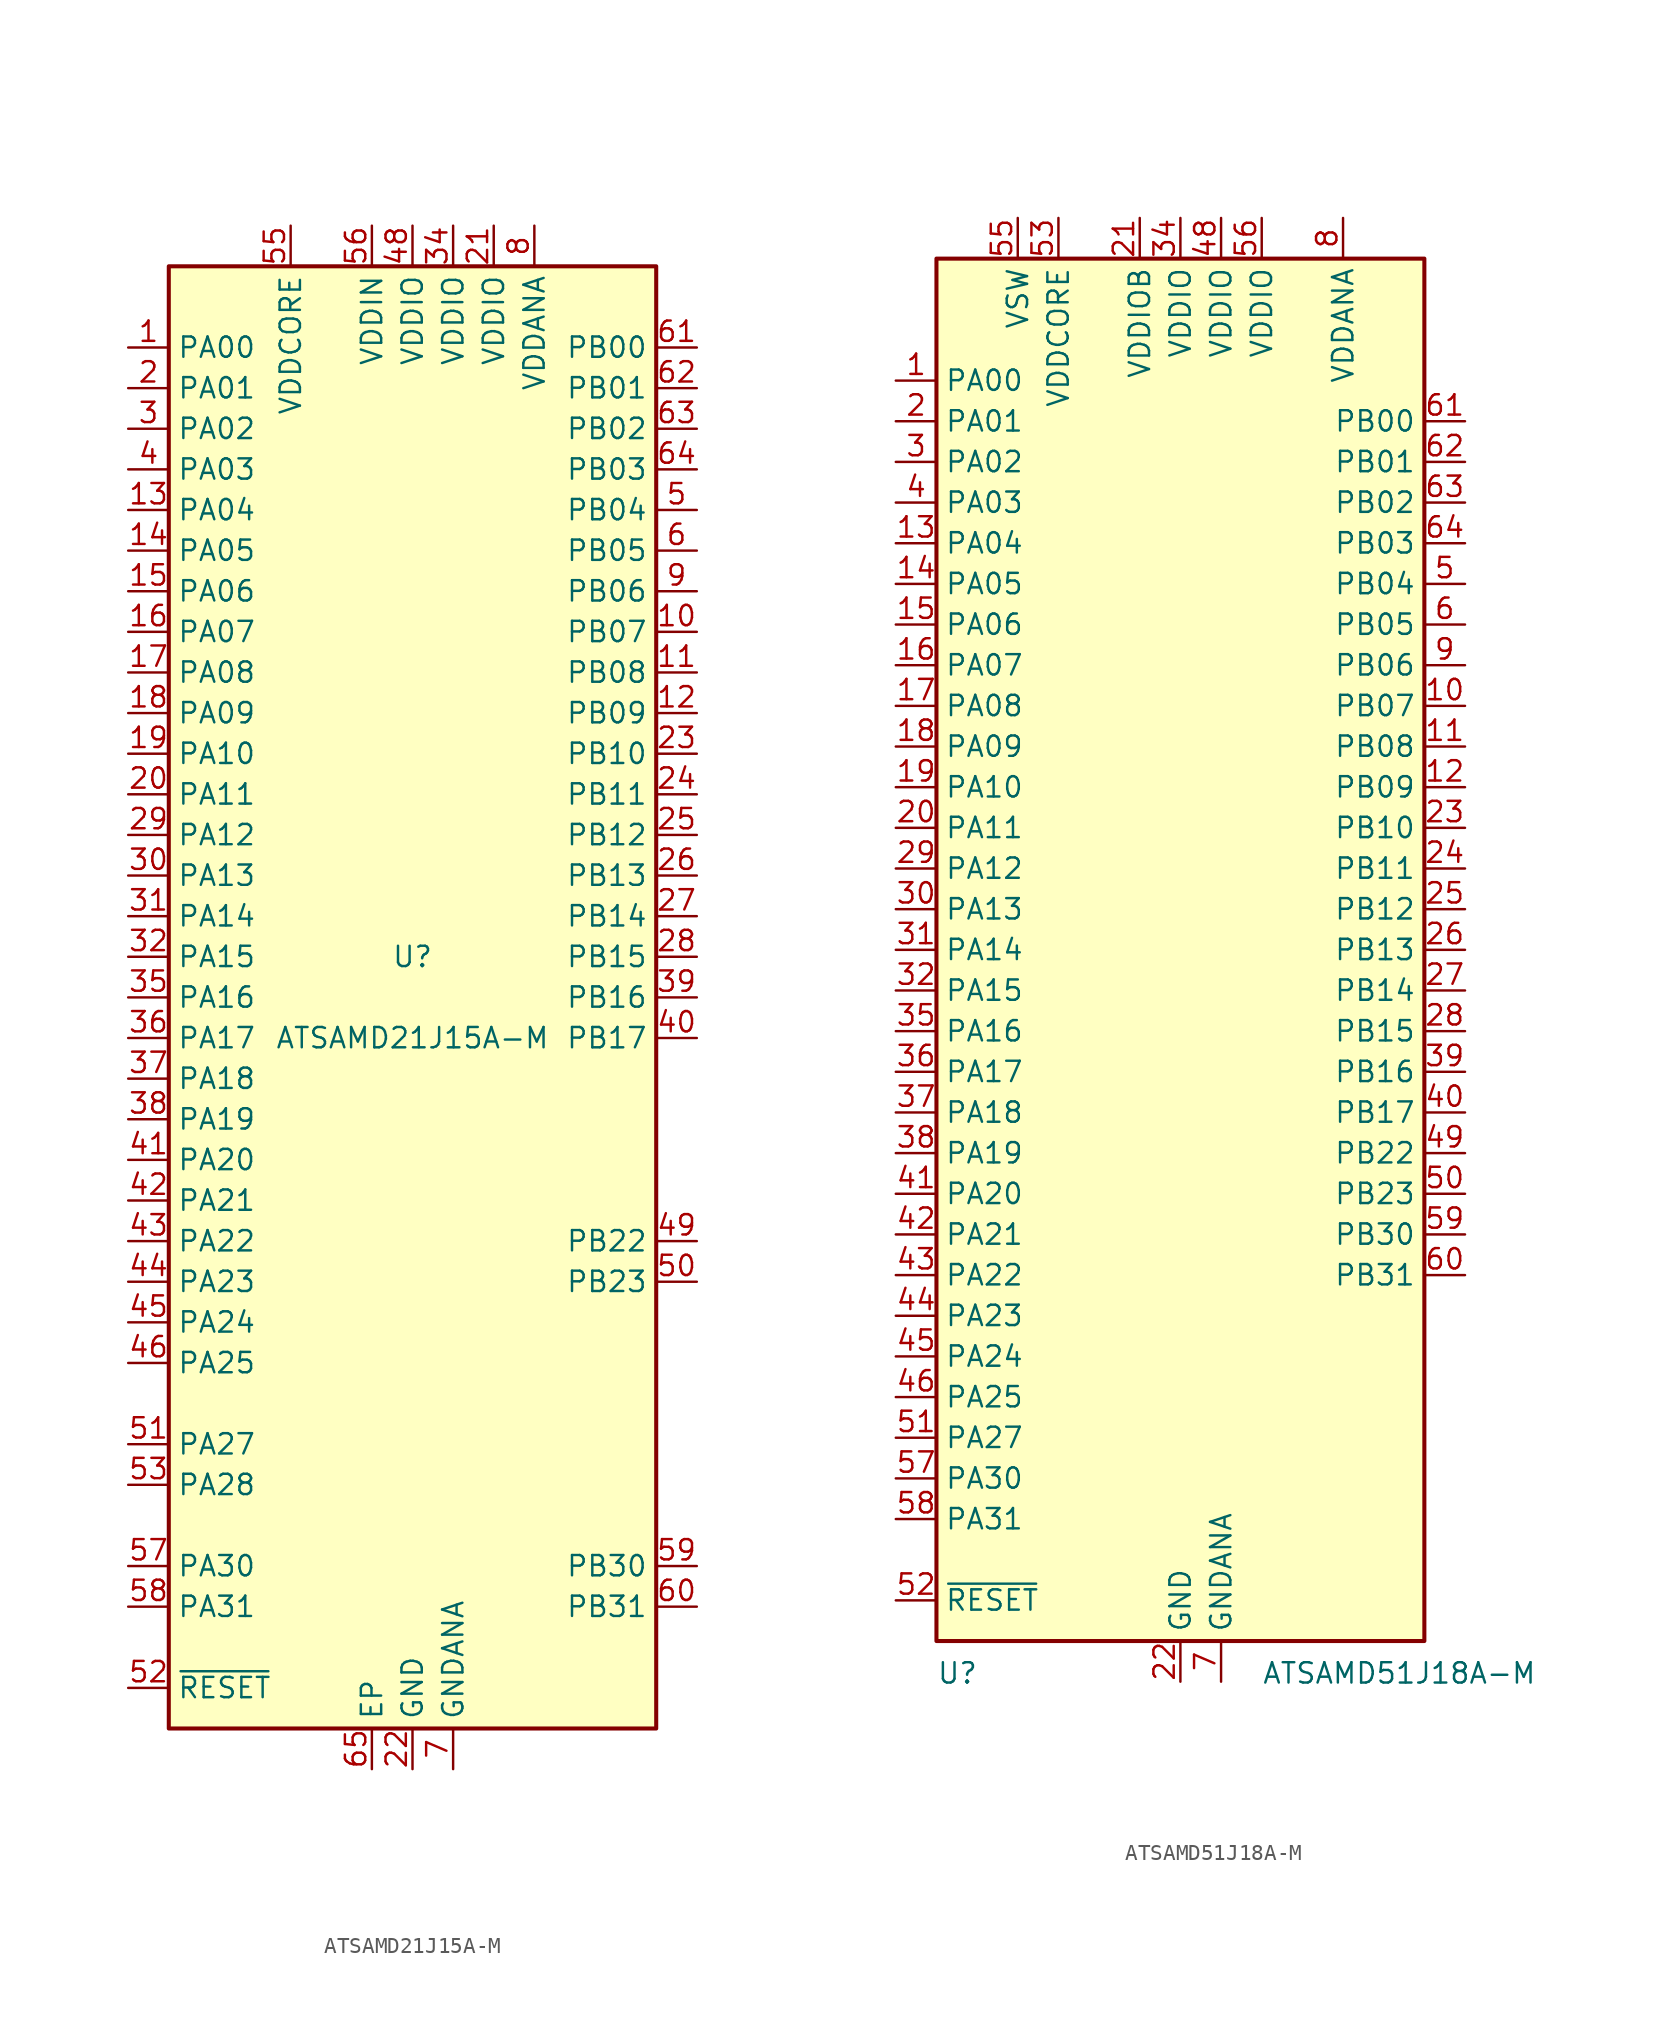
<source format=kicad_sym>
(kicad_symbol_lib
  (version 20211014)
  (generator kicad_symbol_editor)
  (symbol "ATSAMD21J15A-M"
    (property "Reference" "U"
      (at 0 2.54 0)
      (effects (font (size 1.27 1.27))))
    (property "Value" "ATSAMD21J15A-M"
      (at 0 -2.54 0)
      (effects (font (size 1.27 1.27))))
    (symbol "ATSAMD21J15A-M_0_1"
      (rectangle (start -15.24 45.72) (end 15.24 -45.72) (stroke (width 0.254) (type default) (color 0 0 0 0)) (fill (type background))))
    (symbol "ATSAMD21J15A-M_1_1"
      (pin bidirectional line (at -17.78 40.64 0) (length 2.54) (name "PA00" (effects (font (size 1.27 1.27)))) (number "1" (effects (font (size 1.27 1.27)))))
      (pin bidirectional line (at 17.78 22.86 180) (length 2.54) (name "PB07" (effects (font (size 1.27 1.27)))) (number "10" (effects (font (size 1.27 1.27)))))
      (pin bidirectional line (at 17.78 20.32 180) (length 2.54) (name "PB08" (effects (font (size 1.27 1.27)))) (number "11" (effects (font (size 1.27 1.27)))))
      (pin bidirectional line (at 17.78 17.78 180) (length 2.54) (name "PB09" (effects (font (size 1.27 1.27)))) (number "12" (effects (font (size 1.27 1.27)))))
      (pin bidirectional line (at -17.78 30.48 0) (length 2.54) (name "PA04" (effects (font (size 1.27 1.27)))) (number "13" (effects (font (size 1.27 1.27)))))
      (pin bidirectional line (at -17.78 27.94 0) (length 2.54) (name "PA05" (effects (font (size 1.27 1.27)))) (number "14" (effects (font (size 1.27 1.27)))))
      (pin bidirectional line (at -17.78 25.4 0) (length 2.54) (name "PA06" (effects (font (size 1.27 1.27)))) (number "15" (effects (font (size 1.27 1.27)))))
      (pin bidirectional line (at -17.78 22.86 0) (length 2.54) (name "PA07" (effects (font (size 1.27 1.27)))) (number "16" (effects (font (size 1.27 1.27)))))
      (pin bidirectional line (at -17.78 20.32 0) (length 2.54) (name "PA08" (effects (font (size 1.27 1.27)))) (number "17" (effects (font (size 1.27 1.27)))))
      (pin bidirectional line (at -17.78 17.78 0) (length 2.54) (name "PA09" (effects (font (size 1.27 1.27)))) (number "18" (effects (font (size 1.27 1.27)))))
      (pin bidirectional line (at -17.78 15.24 0) (length 2.54) (name "PA10" (effects (font (size 1.27 1.27)))) (number "19" (effects (font (size 1.27 1.27)))))
      (pin bidirectional line (at -17.78 38.1 0) (length 2.54) (name "PA01" (effects (font (size 1.27 1.27)))) (number "2" (effects (font (size 1.27 1.27)))))
      (pin bidirectional line (at -17.78 12.7 0) (length 2.54) (name "PA11" (effects (font (size 1.27 1.27)))) (number "20" (effects (font (size 1.27 1.27)))))
      (pin power_in line (at 5.08 48.26 270) (length 2.54) (name "VDDIO" (effects (font (size 1.27 1.27)))) (number "21" (effects (font (size 1.27 1.27)))))
      (pin power_in line (at 0 -48.26 90) (length 2.54) (name "GND" (effects (font (size 1.27 1.27)))) (number "22" (effects (font (size 1.27 1.27)))))
      (pin bidirectional line (at 17.78 15.24 180) (length 2.54) (name "PB10" (effects (font (size 1.27 1.27)))) (number "23" (effects (font (size 1.27 1.27)))))
      (pin bidirectional line (at 17.78 12.7 180) (length 2.54) (name "PB11" (effects (font (size 1.27 1.27)))) (number "24" (effects (font (size 1.27 1.27)))))
      (pin bidirectional line (at 17.78 10.16 180) (length 2.54) (name "PB12" (effects (font (size 1.27 1.27)))) (number "25" (effects (font (size 1.27 1.27)))))
      (pin bidirectional line (at 17.78 7.62 180) (length 2.54) (name "PB13" (effects (font (size 1.27 1.27)))) (number "26" (effects (font (size 1.27 1.27)))))
      (pin bidirectional line (at 17.78 5.08 180) (length 2.54) (name "PB14" (effects (font (size 1.27 1.27)))) (number "27" (effects (font (size 1.27 1.27)))))
      (pin bidirectional line (at 17.78 2.54 180) (length 2.54) (name "PB15" (effects (font (size 1.27 1.27)))) (number "28" (effects (font (size 1.27 1.27)))))
      (pin bidirectional line (at -17.78 10.16 0) (length 2.54) (name "PA12" (effects (font (size 1.27 1.27)))) (number "29" (effects (font (size 1.27 1.27)))))
      (pin bidirectional line (at -17.78 35.56 0) (length 2.54) (name "PA02" (effects (font (size 1.27 1.27)))) (number "3" (effects (font (size 1.27 1.27)))))
      (pin bidirectional line (at -17.78 7.62 0) (length 2.54) (name "PA13" (effects (font (size 1.27 1.27)))) (number "30" (effects (font (size 1.27 1.27)))))
      (pin bidirectional line (at -17.78 5.08 0) (length 2.54) (name "PA14" (effects (font (size 1.27 1.27)))) (number "31" (effects (font (size 1.27 1.27)))))
      (pin bidirectional line (at -17.78 2.54 0) (length 2.54) (name "PA15" (effects (font (size 1.27 1.27)))) (number "32" (effects (font (size 1.27 1.27)))))
      (pin passive line (at 0 -48.26 90) (length 2.54) hide (name "GND" (effects (font (size 1.27 1.27)))) (number "33" (effects (font (size 1.27 1.27)))))
      (pin power_in line (at 2.54 48.26 270) (length 2.54) (name "VDDIO" (effects (font (size 1.27 1.27)))) (number "34" (effects (font (size 1.27 1.27)))))
      (pin bidirectional line (at -17.78 0 0) (length 2.54) (name "PA16" (effects (font (size 1.27 1.27)))) (number "35" (effects (font (size 1.27 1.27)))))
      (pin bidirectional line (at -17.78 -2.54 0) (length 2.54) (name "PA17" (effects (font (size 1.27 1.27)))) (number "36" (effects (font (size 1.27 1.27)))))
      (pin bidirectional line (at -17.78 -5.08 0) (length 2.54) (name "PA18" (effects (font (size 1.27 1.27)))) (number "37" (effects (font (size 1.27 1.27)))))
      (pin bidirectional line (at -17.78 -7.62 0) (length 2.54) (name "PA19" (effects (font (size 1.27 1.27)))) (number "38" (effects (font (size 1.27 1.27)))))
      (pin bidirectional line (at 17.78 0 180) (length 2.54) (name "PB16" (effects (font (size 1.27 1.27)))) (number "39" (effects (font (size 1.27 1.27)))))
      (pin bidirectional line (at -17.78 33.02 0) (length 2.54) (name "PA03" (effects (font (size 1.27 1.27)))) (number "4" (effects (font (size 1.27 1.27)))))
      (pin bidirectional line (at 17.78 -2.54 180) (length 2.54) (name "PB17" (effects (font (size 1.27 1.27)))) (number "40" (effects (font (size 1.27 1.27)))))
      (pin bidirectional line (at -17.78 -10.16 0) (length 2.54) (name "PA20" (effects (font (size 1.27 1.27)))) (number "41" (effects (font (size 1.27 1.27)))))
      (pin bidirectional line (at -17.78 -12.7 0) (length 2.54) (name "PA21" (effects (font (size 1.27 1.27)))) (number "42" (effects (font (size 1.27 1.27)))))
      (pin bidirectional line (at -17.78 -15.24 0) (length 2.54) (name "PA22" (effects (font (size 1.27 1.27)))) (number "43" (effects (font (size 1.27 1.27)))))
      (pin bidirectional line (at -17.78 -17.78 0) (length 2.54) (name "PA23" (effects (font (size 1.27 1.27)))) (number "44" (effects (font (size 1.27 1.27)))))
      (pin bidirectional line (at -17.78 -20.32 0) (length 2.54) (name "PA24" (effects (font (size 1.27 1.27)))) (number "45" (effects (font (size 1.27 1.27)))))
      (pin bidirectional line (at -17.78 -22.86 0) (length 2.54) (name "PA25" (effects (font (size 1.27 1.27)))) (number "46" (effects (font (size 1.27 1.27)))))
      (pin passive line (at 0 -48.26 90) (length 2.54) hide (name "GND" (effects (font (size 1.27 1.27)))) (number "47" (effects (font (size 1.27 1.27)))))
      (pin power_in line (at 0 48.26 270) (length 2.54) (name "VDDIO" (effects (font (size 1.27 1.27)))) (number "48" (effects (font (size 1.27 1.27)))))
      (pin bidirectional line (at 17.78 -15.24 180) (length 2.54) (name "PB22" (effects (font (size 1.27 1.27)))) (number "49" (effects (font (size 1.27 1.27)))))
      (pin bidirectional line (at 17.78 30.48 180) (length 2.54) (name "PB04" (effects (font (size 1.27 1.27)))) (number "5" (effects (font (size 1.27 1.27)))))
      (pin bidirectional line (at 17.78 -17.78 180) (length 2.54) (name "PB23" (effects (font (size 1.27 1.27)))) (number "50" (effects (font (size 1.27 1.27)))))
      (pin bidirectional line (at -17.78 -27.94 0) (length 2.54) (name "PA27" (effects (font (size 1.27 1.27)))) (number "51" (effects (font (size 1.27 1.27)))))
      (pin input line (at -17.78 -43.18 0) (length 2.54) (name "~{RESET}" (effects (font (size 1.27 1.27)))) (number "52" (effects (font (size 1.27 1.27)))))
      (pin bidirectional line (at -17.78 -30.48 0) (length 2.54) (name "PA28" (effects (font (size 1.27 1.27)))) (number "53" (effects (font (size 1.27 1.27)))))
      (pin passive line (at 0 -48.26 90) (length 2.54) hide (name "GND" (effects (font (size 1.27 1.27)))) (number "54" (effects (font (size 1.27 1.27)))))
      (pin power_out line (at -7.62 48.26 270) (length 2.54) (name "VDDCORE" (effects (font (size 1.27 1.27)))) (number "55" (effects (font (size 1.27 1.27)))))
      (pin power_in line (at -2.54 48.26 270) (length 2.54) (name "VDDIN" (effects (font (size 1.27 1.27)))) (number "56" (effects (font (size 1.27 1.27)))))
      (pin bidirectional line (at -17.78 -35.56 0) (length 2.54) (name "PA30" (effects (font (size 1.27 1.27)))) (number "57" (effects (font (size 1.27 1.27)))))
      (pin bidirectional line (at -17.78 -38.1 0) (length 2.54) (name "PA31" (effects (font (size 1.27 1.27)))) (number "58" (effects (font (size 1.27 1.27)))))
      (pin bidirectional line (at 17.78 -35.56 180) (length 2.54) (name "PB30" (effects (font (size 1.27 1.27)))) (number "59" (effects (font (size 1.27 1.27)))))
      (pin bidirectional line (at 17.78 27.94 180) (length 2.54) (name "PB05" (effects (font (size 1.27 1.27)))) (number "6" (effects (font (size 1.27 1.27)))))
      (pin bidirectional line (at 17.78 -38.1 180) (length 2.54) (name "PB31" (effects (font (size 1.27 1.27)))) (number "60" (effects (font (size 1.27 1.27)))))
      (pin bidirectional line (at 17.78 40.64 180) (length 2.54) (name "PB00" (effects (font (size 1.27 1.27)))) (number "61" (effects (font (size 1.27 1.27)))))
      (pin bidirectional line (at 17.78 38.1 180) (length 2.54) (name "PB01" (effects (font (size 1.27 1.27)))) (number "62" (effects (font (size 1.27 1.27)))))
      (pin bidirectional line (at 17.78 35.56 180) (length 2.54) (name "PB02" (effects (font (size 1.27 1.27)))) (number "63" (effects (font (size 1.27 1.27)))))
      (pin bidirectional line (at 17.78 33.02 180) (length 2.54) (name "PB03" (effects (font (size 1.27 1.27)))) (number "64" (effects (font (size 1.27 1.27)))))
      (pin passive line (at -2.54 -48.26 90) (length 2.54) (name "EP" (effects (font (size 1.27 1.27)))) (number "65" (effects (font (size 1.27 1.27)))))
      (pin power_in line (at 2.54 -48.26 90) (length 2.54) (name "GNDANA" (effects (font (size 1.27 1.27)))) (number "7" (effects (font (size 1.27 1.27)))))
      (pin power_in line (at 7.62 48.26 270) (length 2.54) (name "VDDANA" (effects (font (size 1.27 1.27)))) (number "8" (effects (font (size 1.27 1.27)))))
      (pin bidirectional line (at 17.78 25.4 180) (length 2.54) (name "PB06" (effects (font (size 1.27 1.27)))) (number "9" (effects (font (size 1.27 1.27)))))))
  (symbol "ATSAMD51J18A-M"
    (property "Reference" "U"
      (at -15.24 -44.45 0)
      (effects (font (size 1.27 1.27)) (justify left top)))
    (property "Value" "ATSAMD51J18A-M"
      (at 5.08 -44.45 0)
      (effects (font (size 1.27 1.27)) (justify left top)))
    (symbol "ATSAMD51J18A-M_0_1"
      (rectangle (start -15.24 43.18) (end 15.24 -43.18) (stroke (width 0.254) (type default) (color 0 0 0 0)) (fill (type background))))
    (symbol "ATSAMD51J18A-M_1_0"
      (pin bidirectional line (at 17.78 25.4 180) (length 2.54) (name "PB03" (effects (font (size 1.27 1.27)))) (number "64" (effects (font (size 1.27 1.27))))))
    (symbol "ATSAMD51J18A-M_1_1"
      (pin bidirectional line (at -17.78 35.56 0) (length 2.54) (name "PA00" (effects (font (size 1.27 1.27)))) (number "1" (effects (font (size 1.27 1.27)))))
      (pin bidirectional line (at 17.78 15.24 180) (length 2.54) (name "PB07" (effects (font (size 1.27 1.27)))) (number "10" (effects (font (size 1.27 1.27)))))
      (pin bidirectional line (at 17.78 12.7 180) (length 2.54) (name "PB08" (effects (font (size 1.27 1.27)))) (number "11" (effects (font (size 1.27 1.27)))))
      (pin bidirectional line (at 17.78 10.16 180) (length 2.54) (name "PB09" (effects (font (size 1.27 1.27)))) (number "12" (effects (font (size 1.27 1.27)))))
      (pin bidirectional line (at -17.78 25.4 0) (length 2.54) (name "PA04" (effects (font (size 1.27 1.27)))) (number "13" (effects (font (size 1.27 1.27)))))
      (pin bidirectional line (at -17.78 22.86 0) (length 2.54) (name "PA05" (effects (font (size 1.27 1.27)))) (number "14" (effects (font (size 1.27 1.27)))))
      (pin bidirectional line (at -17.78 20.32 0) (length 2.54) (name "PA06" (effects (font (size 1.27 1.27)))) (number "15" (effects (font (size 1.27 1.27)))))
      (pin bidirectional line (at -17.78 17.78 0) (length 2.54) (name "PA07" (effects (font (size 1.27 1.27)))) (number "16" (effects (font (size 1.27 1.27)))))
      (pin bidirectional line (at -17.78 15.24 0) (length 2.54) (name "PA08" (effects (font (size 1.27 1.27)))) (number "17" (effects (font (size 1.27 1.27)))))
      (pin bidirectional line (at -17.78 12.7 0) (length 2.54) (name "PA09" (effects (font (size 1.27 1.27)))) (number "18" (effects (font (size 1.27 1.27)))))
      (pin bidirectional line (at -17.78 10.16 0) (length 2.54) (name "PA10" (effects (font (size 1.27 1.27)))) (number "19" (effects (font (size 1.27 1.27)))))
      (pin bidirectional line (at -17.78 33.02 0) (length 2.54) (name "PA01" (effects (font (size 1.27 1.27)))) (number "2" (effects (font (size 1.27 1.27)))))
      (pin bidirectional line (at -17.78 7.62 0) (length 2.54) (name "PA11" (effects (font (size 1.27 1.27)))) (number "20" (effects (font (size 1.27 1.27)))))
      (pin power_in line (at -2.54 45.72 270) (length 2.54) (name "VDDIOB" (effects (font (size 1.27 1.27)))) (number "21" (effects (font (size 1.27 1.27)))))
      (pin power_in line (at 0 -45.72 90) (length 2.54) (name "GND" (effects (font (size 1.27 1.27)))) (number "22" (effects (font (size 1.27 1.27)))))
      (pin bidirectional line (at 17.78 7.62 180) (length 2.54) (name "PB10" (effects (font (size 1.27 1.27)))) (number "23" (effects (font (size 1.27 1.27)))))
      (pin bidirectional line (at 17.78 5.08 180) (length 2.54) (name "PB11" (effects (font (size 1.27 1.27)))) (number "24" (effects (font (size 1.27 1.27)))))
      (pin bidirectional line (at 17.78 2.54 180) (length 2.54) (name "PB12" (effects (font (size 1.27 1.27)))) (number "25" (effects (font (size 1.27 1.27)))))
      (pin bidirectional line (at 17.78 0 180) (length 2.54) (name "PB13" (effects (font (size 1.27 1.27)))) (number "26" (effects (font (size 1.27 1.27)))))
      (pin bidirectional line (at 17.78 -2.54 180) (length 2.54) (name "PB14" (effects (font (size 1.27 1.27)))) (number "27" (effects (font (size 1.27 1.27)))))
      (pin bidirectional line (at 17.78 -5.08 180) (length 2.54) (name "PB15" (effects (font (size 1.27 1.27)))) (number "28" (effects (font (size 1.27 1.27)))))
      (pin bidirectional line (at -17.78 5.08 0) (length 2.54) (name "PA12" (effects (font (size 1.27 1.27)))) (number "29" (effects (font (size 1.27 1.27)))))
      (pin bidirectional line (at -17.78 30.48 0) (length 2.54) (name "PA02" (effects (font (size 1.27 1.27)))) (number "3" (effects (font (size 1.27 1.27)))))
      (pin bidirectional line (at -17.78 2.54 0) (length 2.54) (name "PA13" (effects (font (size 1.27 1.27)))) (number "30" (effects (font (size 1.27 1.27)))))
      (pin bidirectional line (at -17.78 0 0) (length 2.54) (name "PA14" (effects (font (size 1.27 1.27)))) (number "31" (effects (font (size 1.27 1.27)))))
      (pin bidirectional line (at -17.78 -2.54 0) (length 2.54) (name "PA15" (effects (font (size 1.27 1.27)))) (number "32" (effects (font (size 1.27 1.27)))))
      (pin passive line (at 0 -45.72 90) (length 2.54) hide (name "GND" (effects (font (size 1.27 1.27)))) (number "33" (effects (font (size 1.27 1.27)))))
      (pin power_in line (at 0 45.72 270) (length 2.54) (name "VDDIO" (effects (font (size 1.27 1.27)))) (number "34" (effects (font (size 1.27 1.27)))))
      (pin bidirectional line (at -17.78 -5.08 0) (length 2.54) (name "PA16" (effects (font (size 1.27 1.27)))) (number "35" (effects (font (size 1.27 1.27)))))
      (pin bidirectional line (at -17.78 -7.62 0) (length 2.54) (name "PA17" (effects (font (size 1.27 1.27)))) (number "36" (effects (font (size 1.27 1.27)))))
      (pin bidirectional line (at -17.78 -10.16 0) (length 2.54) (name "PA18" (effects (font (size 1.27 1.27)))) (number "37" (effects (font (size 1.27 1.27)))))
      (pin bidirectional line (at -17.78 -12.7 0) (length 2.54) (name "PA19" (effects (font (size 1.27 1.27)))) (number "38" (effects (font (size 1.27 1.27)))))
      (pin bidirectional line (at 17.78 -7.62 180) (length 2.54) (name "PB16" (effects (font (size 1.27 1.27)))) (number "39" (effects (font (size 1.27 1.27)))))
      (pin bidirectional line (at -17.78 27.94 0) (length 2.54) (name "PA03" (effects (font (size 1.27 1.27)))) (number "4" (effects (font (size 1.27 1.27)))))
      (pin bidirectional line (at 17.78 -10.16 180) (length 2.54) (name "PB17" (effects (font (size 1.27 1.27)))) (number "40" (effects (font (size 1.27 1.27)))))
      (pin bidirectional line (at -17.78 -15.24 0) (length 2.54) (name "PA20" (effects (font (size 1.27 1.27)))) (number "41" (effects (font (size 1.27 1.27)))))
      (pin bidirectional line (at -17.78 -17.78 0) (length 2.54) (name "PA21" (effects (font (size 1.27 1.27)))) (number "42" (effects (font (size 1.27 1.27)))))
      (pin bidirectional line (at -17.78 -20.32 0) (length 2.54) (name "PA22" (effects (font (size 1.27 1.27)))) (number "43" (effects (font (size 1.27 1.27)))))
      (pin bidirectional line (at -17.78 -22.86 0) (length 2.54) (name "PA23" (effects (font (size 1.27 1.27)))) (number "44" (effects (font (size 1.27 1.27)))))
      (pin bidirectional line (at -17.78 -25.4 0) (length 2.54) (name "PA24" (effects (font (size 1.27 1.27)))) (number "45" (effects (font (size 1.27 1.27)))))
      (pin bidirectional line (at -17.78 -27.94 0) (length 2.54) (name "PA25" (effects (font (size 1.27 1.27)))) (number "46" (effects (font (size 1.27 1.27)))))
      (pin passive line (at 0 -45.72 90) (length 2.54) hide (name "GND" (effects (font (size 1.27 1.27)))) (number "47" (effects (font (size 1.27 1.27)))))
      (pin power_in line (at 2.54 45.72 270) (length 2.54) (name "VDDIO" (effects (font (size 1.27 1.27)))) (number "48" (effects (font (size 1.27 1.27)))))
      (pin bidirectional line (at 17.78 -12.7 180) (length 2.54) (name "PB22" (effects (font (size 1.27 1.27)))) (number "49" (effects (font (size 1.27 1.27)))))
      (pin bidirectional line (at 17.78 22.86 180) (length 2.54) (name "PB04" (effects (font (size 1.27 1.27)))) (number "5" (effects (font (size 1.27 1.27)))))
      (pin bidirectional line (at 17.78 -15.24 180) (length 2.54) (name "PB23" (effects (font (size 1.27 1.27)))) (number "50" (effects (font (size 1.27 1.27)))))
      (pin bidirectional line (at -17.78 -30.48 0) (length 2.54) (name "PA27" (effects (font (size 1.27 1.27)))) (number "51" (effects (font (size 1.27 1.27)))))
      (pin input line (at -17.78 -40.64 0) (length 2.54) (name "~{RESET}" (effects (font (size 1.27 1.27)))) (number "52" (effects (font (size 1.27 1.27)))))
      (pin power_out line (at -7.62 45.72 270) (length 2.54) (name "VDDCORE" (effects (font (size 1.27 1.27)))) (number "53" (effects (font (size 1.27 1.27)))))
      (pin passive line (at 0 -45.72 90) (length 2.54) hide (name "GND" (effects (font (size 1.27 1.27)))) (number "54" (effects (font (size 1.27 1.27)))))
      (pin power_in line (at -10.16 45.72 270) (length 2.54) (name "VSW" (effects (font (size 1.27 1.27)))) (number "55" (effects (font (size 1.27 1.27)))))
      (pin power_in line (at 5.08 45.72 270) (length 2.54) (name "VDDIO" (effects (font (size 1.27 1.27)))) (number "56" (effects (font (size 1.27 1.27)))))
      (pin bidirectional line (at -17.78 -33.02 0) (length 2.54) (name "PA30" (effects (font (size 1.27 1.27)))) (number "57" (effects (font (size 1.27 1.27)))))
      (pin bidirectional line (at -17.78 -35.56 0) (length 2.54) (name "PA31" (effects (font (size 1.27 1.27)))) (number "58" (effects (font (size 1.27 1.27)))))
      (pin bidirectional line (at 17.78 -17.78 180) (length 2.54) (name "PB30" (effects (font (size 1.27 1.27)))) (number "59" (effects (font (size 1.27 1.27)))))
      (pin bidirectional line (at 17.78 20.32 180) (length 2.54) (name "PB05" (effects (font (size 1.27 1.27)))) (number "6" (effects (font (size 1.27 1.27)))))
      (pin bidirectional line (at 17.78 -20.32 180) (length 2.54) (name "PB31" (effects (font (size 1.27 1.27)))) (number "60" (effects (font (size 1.27 1.27)))))
      (pin bidirectional line (at 17.78 33.02 180) (length 2.54) (name "PB00" (effects (font (size 1.27 1.27)))) (number "61" (effects (font (size 1.27 1.27)))))
      (pin bidirectional line (at 17.78 30.48 180) (length 2.54) (name "PB01" (effects (font (size 1.27 1.27)))) (number "62" (effects (font (size 1.27 1.27)))))
      (pin bidirectional line (at 17.78 27.94 180) (length 2.54) (name "PB02" (effects (font (size 1.27 1.27)))) (number "63" (effects (font (size 1.27 1.27)))))
      (pin passive line (at 0 -45.72 90) (length 2.54) hide (name "GND" (effects (font (size 1.27 1.27)))) (number "65" (effects (font (size 1.27 1.27)))))
      (pin power_in line (at 2.54 -45.72 90) (length 2.54) (name "GNDANA" (effects (font (size 1.27 1.27)))) (number "7" (effects (font (size 1.27 1.27)))))
      (pin power_in line (at 10.16 45.72 270) (length 2.54) (name "VDDANA" (effects (font (size 1.27 1.27)))) (number "8" (effects (font (size 1.27 1.27)))))
      (pin bidirectional line (at 17.78 17.78 180) (length 2.54) (name "PB06" (effects (font (size 1.27 1.27)))) (number "9" (effects (font (size 1.27 1.27))))))))
</source>
